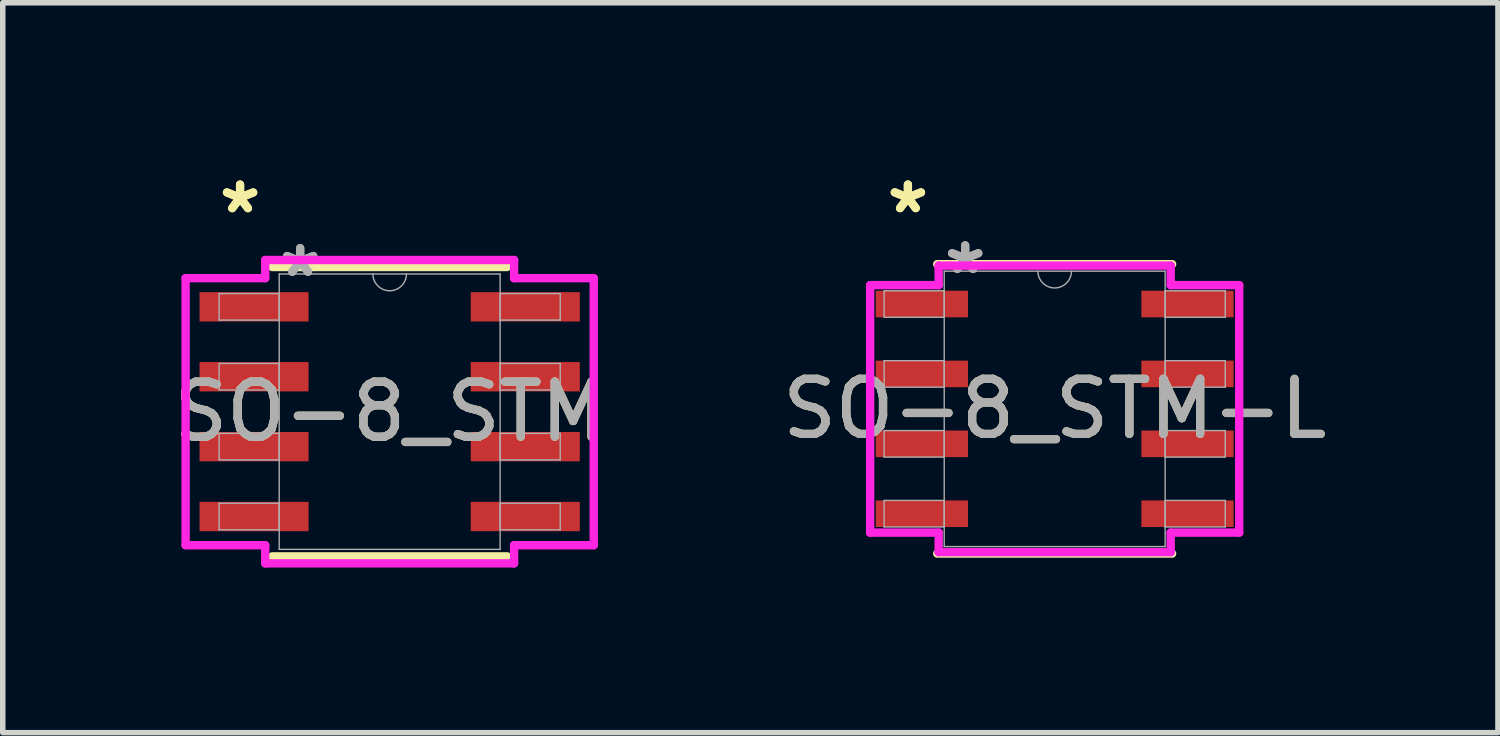
<source format=kicad_pcb>
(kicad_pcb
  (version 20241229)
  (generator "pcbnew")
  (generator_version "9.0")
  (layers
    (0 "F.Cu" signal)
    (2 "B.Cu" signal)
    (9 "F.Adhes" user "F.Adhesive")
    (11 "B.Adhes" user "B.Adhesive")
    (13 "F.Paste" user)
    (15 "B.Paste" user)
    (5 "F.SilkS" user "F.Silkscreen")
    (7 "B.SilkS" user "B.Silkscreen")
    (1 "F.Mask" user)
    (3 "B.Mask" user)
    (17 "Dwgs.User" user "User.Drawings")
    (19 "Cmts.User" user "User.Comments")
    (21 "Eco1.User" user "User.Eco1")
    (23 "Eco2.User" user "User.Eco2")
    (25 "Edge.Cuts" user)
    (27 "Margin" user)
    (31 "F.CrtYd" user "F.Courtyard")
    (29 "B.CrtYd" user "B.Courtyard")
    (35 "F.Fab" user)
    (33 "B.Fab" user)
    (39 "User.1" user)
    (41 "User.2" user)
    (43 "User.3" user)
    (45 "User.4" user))
  (footprint "SO-8_STM-L"
    (layer "F.Cu")
    (at 16.113 4.379)
    (property "Reference" "SO-8_STM-L" (at 0 0 0) (unlocked yes) (layer "F.SilkS") (effects (font (size 1 1) (thickness 0.15))))
    (attr smd)
    (fp_line (start -2.134 2.629) (end 2.134 2.629) (stroke (width 0.152) (type solid)) (layer "F.SilkS"))
    (fp_line (start 2.134 -2.629) (end -2.134 -2.629) (stroke (width 0.152) (type solid)) (layer "F.SilkS"))
    (fp_line (start -3.353 -2.248) (end -2.108 -2.248) (stroke (width 0.152) (type solid)) (layer "F.CrtYd"))
    (fp_line (start -3.353 2.248) (end -3.353 -2.248) (stroke (width 0.152) (type solid)) (layer "F.CrtYd"))
    (fp_line (start -3.353 2.248) (end -2.108 2.248) (stroke (width 0.152) (type solid)) (layer "F.CrtYd"))
    (fp_line (start -2.108 -2.603) (end 2.108 -2.603) (stroke (width 0.152) (type solid)) (layer "F.CrtYd"))
    (fp_line (start -2.108 -2.248) (end -2.108 -2.603) (stroke (width 0.152) (type solid)) (layer "F.CrtYd"))
    (fp_line (start -2.108 2.603) (end -2.108 2.248) (stroke (width 0.152) (type solid)) (layer "F.CrtYd"))
    (fp_line (start 2.108 -2.603) (end 2.108 -2.248) (stroke (width 0.152) (type solid)) (layer "F.CrtYd"))
    (fp_line (start 2.108 2.248) (end 2.108 2.603) (stroke (width 0.152) (type solid)) (layer "F.CrtYd"))
    (fp_line (start 2.108 2.603) (end -2.108 2.603) (stroke (width 0.152) (type solid)) (layer "F.CrtYd"))
    (fp_line (start 3.353 -2.248) (end 2.108 -2.248) (stroke (width 0.152) (type solid)) (layer "F.CrtYd"))
    (fp_line (start 3.353 -2.248) (end 3.353 2.248) (stroke (width 0.152) (type solid)) (layer "F.CrtYd"))
    (fp_line (start 3.353 2.248) (end 2.108 2.248) (stroke (width 0.152) (type solid)) (layer "F.CrtYd"))
    (fp_line (start -3.099 -2.146) (end -3.099 -1.664) (stroke (width 0.025) (type solid)) (layer "F.Fab"))
    (fp_line (start -3.099 -1.664) (end -2.007 -1.664) (stroke (width 0.025) (type solid)) (layer "F.Fab"))
    (fp_line (start -3.099 -0.876) (end -3.099 -0.394) (stroke (width 0.025) (type solid)) (layer "F.Fab"))
    (fp_line (start -3.099 -0.394) (end -2.007 -0.394) (stroke (width 0.025) (type solid)) (layer "F.Fab"))
    (fp_line (start -3.099 0.394) (end -3.099 0.876) (stroke (width 0.025) (type solid)) (layer "F.Fab"))
    (fp_line (start -3.099 0.876) (end -2.007 0.876) (stroke (width 0.025) (type solid)) (layer "F.Fab"))
    (fp_line (start -3.099 1.664) (end -3.099 2.146) (stroke (width 0.025) (type solid)) (layer "F.Fab"))
    (fp_line (start -3.099 2.146) (end -2.007 2.146) (stroke (width 0.025) (type solid)) (layer "F.Fab"))
    (fp_line (start -2.007 -2.502) (end -2.007 2.502) (stroke (width 0.025) (type solid)) (layer "F.Fab"))
    (fp_line (start -2.007 -2.146) (end -3.099 -2.146) (stroke (width 0.025) (type solid)) (layer "F.Fab"))
    (fp_line (start -2.007 -1.664) (end -2.007 -2.146) (stroke (width 0.025) (type solid)) (layer "F.Fab"))
    (fp_line (start -2.007 -0.876) (end -3.099 -0.876) (stroke (width 0.025) (type solid)) (layer "F.Fab"))
    (fp_line (start -2.007 -0.394) (end -2.007 -0.876) (stroke (width 0.025) (type solid)) (layer "F.Fab"))
    (fp_line (start -2.007 0.394) (end -3.099 0.394) (stroke (width 0.025) (type solid)) (layer "F.Fab"))
    (fp_line (start -2.007 0.876) (end -2.007 0.394) (stroke (width 0.025) (type solid)) (layer "F.Fab"))
    (fp_line (start -2.007 1.664) (end -3.099 1.664) (stroke (width 0.025) (type solid)) (layer "F.Fab"))
    (fp_line (start -2.007 2.146) (end -2.007 1.664) (stroke (width 0.025) (type solid)) (layer "F.Fab"))
    (fp_line (start -2.007 2.502) (end 2.007 2.502) (stroke (width 0.025) (type solid)) (layer "F.Fab"))
    (fp_line (start 2.007 -2.502) (end -2.007 -2.502) (stroke (width 0.025) (type solid)) (layer "F.Fab"))
    (fp_line (start 2.007 -2.146) (end 2.007 -1.664) (stroke (width 0.025) (type solid)) (layer "F.Fab"))
    (fp_line (start 2.007 -1.664) (end 3.099 -1.664) (stroke (width 0.025) (type solid)) (layer "F.Fab"))
    (fp_line (start 2.007 -0.876) (end 2.007 -0.394) (stroke (width 0.025) (type solid)) (layer "F.Fab"))
    (fp_line (start 2.007 -0.394) (end 3.099 -0.394) (stroke (width 0.025) (type solid)) (layer "F.Fab"))
    (fp_line (start 2.007 0.394) (end 2.007 0.876) (stroke (width 0.025) (type solid)) (layer "F.Fab"))
    (fp_line (start 2.007 0.876) (end 3.099 0.876) (stroke (width 0.025) (type solid)) (layer "F.Fab"))
    (fp_line (start 2.007 1.664) (end 2.007 2.146) (stroke (width 0.025) (type solid)) (layer "F.Fab"))
    (fp_line (start 2.007 2.146) (end 3.099 2.146) (stroke (width 0.025) (type solid)) (layer "F.Fab"))
    (fp_line (start 2.007 2.502) (end 2.007 -2.502) (stroke (width 0.025) (type solid)) (layer "F.Fab"))
    (fp_line (start 3.099 -2.146) (end 2.007 -2.146) (stroke (width 0.025) (type solid)) (layer "F.Fab"))
    (fp_line (start 3.099 -1.664) (end 3.099 -2.146) (stroke (width 0.025) (type solid)) (layer "F.Fab"))
    (fp_line (start 3.099 -0.876) (end 2.007 -0.876) (stroke (width 0.025) (type solid)) (layer "F.Fab"))
    (fp_line (start 3.099 -0.394) (end 3.099 -0.876) (stroke (width 0.025) (type solid)) (layer "F.Fab"))
    (fp_line (start 3.099 0.394) (end 2.007 0.394) (stroke (width 0.025) (type solid)) (layer "F.Fab"))
    (fp_line (start 3.099 0.876) (end 3.099 0.394) (stroke (width 0.025) (type solid)) (layer "F.Fab"))
    (fp_line (start 3.099 1.664) (end 2.007 1.664) (stroke (width 0.025) (type solid)) (layer "F.Fab"))
    (fp_line (start 3.099 2.146) (end 3.099 1.664) (stroke (width 0.025) (type solid)) (layer "F.Fab"))
    (fp_arc (start 0.3048 -2.5019) (mid 0 -2.1971) (end -0.3048 -2.5019) (stroke (width 0.0254) (type solid)) (layer "F.Fab"))
    (fp_text user "*" (at -2.667 -3.531 0) (unlocked yes) (layer "F.SilkS") (effects (font (size 1 1) (thickness 0.15))))
    (fp_text user "*" (at -2.667 -3.531 0) (layer "F.SilkS") (effects (font (size 1 1) (thickness 0.15))))
    (fp_text user "${REFERENCE}" (at 0 0 0) (unlocked yes) (layer "F.Fab") (effects (font (size 1 1) (thickness 0.15))))
    (fp_text user "*" (at -1.626 -2.426 0) (unlocked yes) (layer "F.Fab") (effects (font (size 1 1) (thickness 0.15))))
    (fp_text user "*" (at -1.626 -2.426 0) (layer "F.Fab") (effects (font (size 1 1) (thickness 0.15))))
    (pad "1" smd rect (at -2.413 -1.905) (size 1.676 0.483) (layers "F.Cu" "F.Mask" "F.Paste"))
    (pad "2" smd rect (at -2.413 -0.635) (size 1.676 0.483) (layers "F.Cu" "F.Mask" "F.Paste"))
    (pad "3" smd rect (at -2.413 0.635) (size 1.676 0.483) (layers "F.Cu" "F.Mask" "F.Paste"))
    (pad "4" smd rect (at -2.413 1.905) (size 1.676 0.483) (layers "F.Cu" "F.Mask" "F.Paste"))
    (pad "5" smd rect (at 2.413 1.905) (size 1.676 0.483) (layers "F.Cu" "F.Mask" "F.Paste"))
    (pad "6" smd rect (at 2.413 0.635) (size 1.676 0.483) (layers "F.Cu" "F.Mask" "F.Paste"))
    (pad "7" smd rect (at 2.413 -0.635) (size 1.676 0.483) (layers "F.Cu" "F.Mask" "F.Paste"))
    (pad "8" smd rect (at 2.413 -1.905) (size 1.676 0.483) (layers "F.Cu" "F.Mask" "F.Paste")))
  (footprint "SO-8_STM"
    (layer "F.Cu")
    (at 4.03 4.43)
    (property "Reference" "SO-8_STM" (at 0 0 0) (unlocked yes) (layer "F.SilkS") (effects (font (size 1 1) (thickness 0.15))))
    (attr smd)
    (fp_line (start -2.134 2.629) (end 2.134 2.629) (stroke (width 0.152) (type solid)) (layer "F.SilkS"))
    (fp_line (start 2.134 -2.629) (end -2.134 -2.629) (stroke (width 0.152) (type solid)) (layer "F.SilkS"))
    (fp_line (start -3.708 -2.426) (end -2.261 -2.426) (stroke (width 0.152) (type solid)) (layer "F.CrtYd"))
    (fp_line (start -3.708 2.426) (end -3.708 -2.426) (stroke (width 0.152) (type solid)) (layer "F.CrtYd"))
    (fp_line (start -3.708 2.426) (end -2.261 2.426) (stroke (width 0.152) (type solid)) (layer "F.CrtYd"))
    (fp_line (start -2.261 -2.756) (end 2.261 -2.756) (stroke (width 0.152) (type solid)) (layer "F.CrtYd"))
    (fp_line (start -2.261 -2.426) (end -2.261 -2.756) (stroke (width 0.152) (type solid)) (layer "F.CrtYd"))
    (fp_line (start -2.261 2.756) (end -2.261 2.426) (stroke (width 0.152) (type solid)) (layer "F.CrtYd"))
    (fp_line (start 2.261 -2.756) (end 2.261 -2.426) (stroke (width 0.152) (type solid)) (layer "F.CrtYd"))
    (fp_line (start 2.261 2.426) (end 2.261 2.756) (stroke (width 0.152) (type solid)) (layer "F.CrtYd"))
    (fp_line (start 2.261 2.756) (end -2.261 2.756) (stroke (width 0.152) (type solid)) (layer "F.CrtYd"))
    (fp_line (start 3.708 -2.426) (end 2.261 -2.426) (stroke (width 0.152) (type solid)) (layer "F.CrtYd"))
    (fp_line (start 3.708 -2.426) (end 3.708 2.426) (stroke (width 0.152) (type solid)) (layer "F.CrtYd"))
    (fp_line (start 3.708 2.426) (end 2.261 2.426) (stroke (width 0.152) (type solid)) (layer "F.CrtYd"))
    (fp_line (start -3.099 -2.146) (end -3.099 -1.664) (stroke (width 0.025) (type solid)) (layer "F.Fab"))
    (fp_line (start -3.099 -1.664) (end -2.007 -1.664) (stroke (width 0.025) (type solid)) (layer "F.Fab"))
    (fp_line (start -3.099 -0.876) (end -3.099 -0.394) (stroke (width 0.025) (type solid)) (layer "F.Fab"))
    (fp_line (start -3.099 -0.394) (end -2.007 -0.394) (stroke (width 0.025) (type solid)) (layer "F.Fab"))
    (fp_line (start -3.099 0.394) (end -3.099 0.876) (stroke (width 0.025) (type solid)) (layer "F.Fab"))
    (fp_line (start -3.099 0.876) (end -2.007 0.876) (stroke (width 0.025) (type solid)) (layer "F.Fab"))
    (fp_line (start -3.099 1.664) (end -3.099 2.146) (stroke (width 0.025) (type solid)) (layer "F.Fab"))
    (fp_line (start -3.099 2.146) (end -2.007 2.146) (stroke (width 0.025) (type solid)) (layer "F.Fab"))
    (fp_line (start -2.007 -2.502) (end -2.007 2.502) (stroke (width 0.025) (type solid)) (layer "F.Fab"))
    (fp_line (start -2.007 -2.146) (end -3.099 -2.146) (stroke (width 0.025) (type solid)) (layer "F.Fab"))
    (fp_line (start -2.007 -1.664) (end -2.007 -2.146) (stroke (width 0.025) (type solid)) (layer "F.Fab"))
    (fp_line (start -2.007 -0.876) (end -3.099 -0.876) (stroke (width 0.025) (type solid)) (layer "F.Fab"))
    (fp_line (start -2.007 -0.394) (end -2.007 -0.876) (stroke (width 0.025) (type solid)) (layer "F.Fab"))
    (fp_line (start -2.007 0.394) (end -3.099 0.394) (stroke (width 0.025) (type solid)) (layer "F.Fab"))
    (fp_line (start -2.007 0.876) (end -2.007 0.394) (stroke (width 0.025) (type solid)) (layer "F.Fab"))
    (fp_line (start -2.007 1.664) (end -3.099 1.664) (stroke (width 0.025) (type solid)) (layer "F.Fab"))
    (fp_line (start -2.007 2.146) (end -2.007 1.664) (stroke (width 0.025) (type solid)) (layer "F.Fab"))
    (fp_line (start -2.007 2.502) (end 2.007 2.502) (stroke (width 0.025) (type solid)) (layer "F.Fab"))
    (fp_line (start 2.007 -2.502) (end -2.007 -2.502) (stroke (width 0.025) (type solid)) (layer "F.Fab"))
    (fp_line (start 2.007 -2.146) (end 2.007 -1.664) (stroke (width 0.025) (type solid)) (layer "F.Fab"))
    (fp_line (start 2.007 -1.664) (end 3.099 -1.664) (stroke (width 0.025) (type solid)) (layer "F.Fab"))
    (fp_line (start 2.007 -0.876) (end 2.007 -0.394) (stroke (width 0.025) (type solid)) (layer "F.Fab"))
    (fp_line (start 2.007 -0.394) (end 3.099 -0.394) (stroke (width 0.025) (type solid)) (layer "F.Fab"))
    (fp_line (start 2.007 0.394) (end 2.007 0.876) (stroke (width 0.025) (type solid)) (layer "F.Fab"))
    (fp_line (start 2.007 0.876) (end 3.099 0.876) (stroke (width 0.025) (type solid)) (layer "F.Fab"))
    (fp_line (start 2.007 1.664) (end 2.007 2.146) (stroke (width 0.025) (type solid)) (layer "F.Fab"))
    (fp_line (start 2.007 2.146) (end 3.099 2.146) (stroke (width 0.025) (type solid)) (layer "F.Fab"))
    (fp_line (start 2.007 2.502) (end 2.007 -2.502) (stroke (width 0.025) (type solid)) (layer "F.Fab"))
    (fp_line (start 3.099 -2.146) (end 2.007 -2.146) (stroke (width 0.025) (type solid)) (layer "F.Fab"))
    (fp_line (start 3.099 -1.664) (end 3.099 -2.146) (stroke (width 0.025) (type solid)) (layer "F.Fab"))
    (fp_line (start 3.099 -0.876) (end 2.007 -0.876) (stroke (width 0.025) (type solid)) (layer "F.Fab"))
    (fp_line (start 3.099 -0.394) (end 3.099 -0.876) (stroke (width 0.025) (type solid)) (layer "F.Fab"))
    (fp_line (start 3.099 0.394) (end 2.007 0.394) (stroke (width 0.025) (type solid)) (layer "F.Fab"))
    (fp_line (start 3.099 0.876) (end 3.099 0.394) (stroke (width 0.025) (type solid)) (layer "F.Fab"))
    (fp_line (start 3.099 1.664) (end 2.007 1.664) (stroke (width 0.025) (type solid)) (layer "F.Fab"))
    (fp_line (start 3.099 2.146) (end 3.099 1.664) (stroke (width 0.025) (type solid)) (layer "F.Fab"))
    (fp_arc (start 0.3048 -2.5019) (mid 0 -2.1971) (end -0.3048 -2.5019) (stroke (width 0.0254) (type solid)) (layer "F.Fab"))
    (fp_text user "*" (at -2.718 -3.581 0) (layer "F.SilkS") (effects (font (size 1 1) (thickness 0.15))))
    (fp_text user "*" (at -2.718 -3.581 0) (unlocked yes) (layer "F.SilkS") (effects (font (size 1 1) (thickness 0.15))))
    (fp_text user "*" (at -1.626 -2.426 0) (layer "F.Fab") (effects (font (size 1 1) (thickness 0.15))))
    (fp_text user "*" (at -1.626 -2.426 0) (unlocked yes) (layer "F.Fab") (effects (font (size 1 1) (thickness 0.15))))
    (fp_text user "${REFERENCE}" (at 0 0 0) (unlocked yes) (layer "F.Fab") (effects (font (size 1 1) (thickness 0.15))))
    (pad "1" smd rect (at -2.464 -1.905) (size 1.981 0.533) (layers "F.Cu" "F.Mask" "F.Paste"))
    (pad "2" smd rect (at -2.464 -0.635) (size 1.981 0.533) (layers "F.Cu" "F.Mask" "F.Paste"))
    (pad "3" smd rect (at -2.464 0.635) (size 1.981 0.533) (layers "F.Cu" "F.Mask" "F.Paste"))
    (pad "4" smd rect (at -2.464 1.905) (size 1.981 0.533) (layers "F.Cu" "F.Mask" "F.Paste"))
    (pad "5" smd rect (at 2.464 1.905) (size 1.981 0.533) (layers "F.Cu" "F.Mask" "F.Paste"))
    (pad "6" smd rect (at 2.464 0.635) (size 1.981 0.533) (layers "F.Cu" "F.Mask" "F.Paste"))
    (pad "7" smd rect (at 2.464 -0.635) (size 1.981 0.533) (layers "F.Cu" "F.Mask" "F.Paste"))
    (pad "8" smd rect (at 2.464 -1.905) (size 1.981 0.533) (layers "F.Cu" "F.Mask" "F.Paste")))
  (gr_rect
    (start -3 -3)
    (end 24.167 10.262)
    (stroke (width 0.1) (type default))
    (fill no)
    (layer "Edge.Cuts")))
</source>
